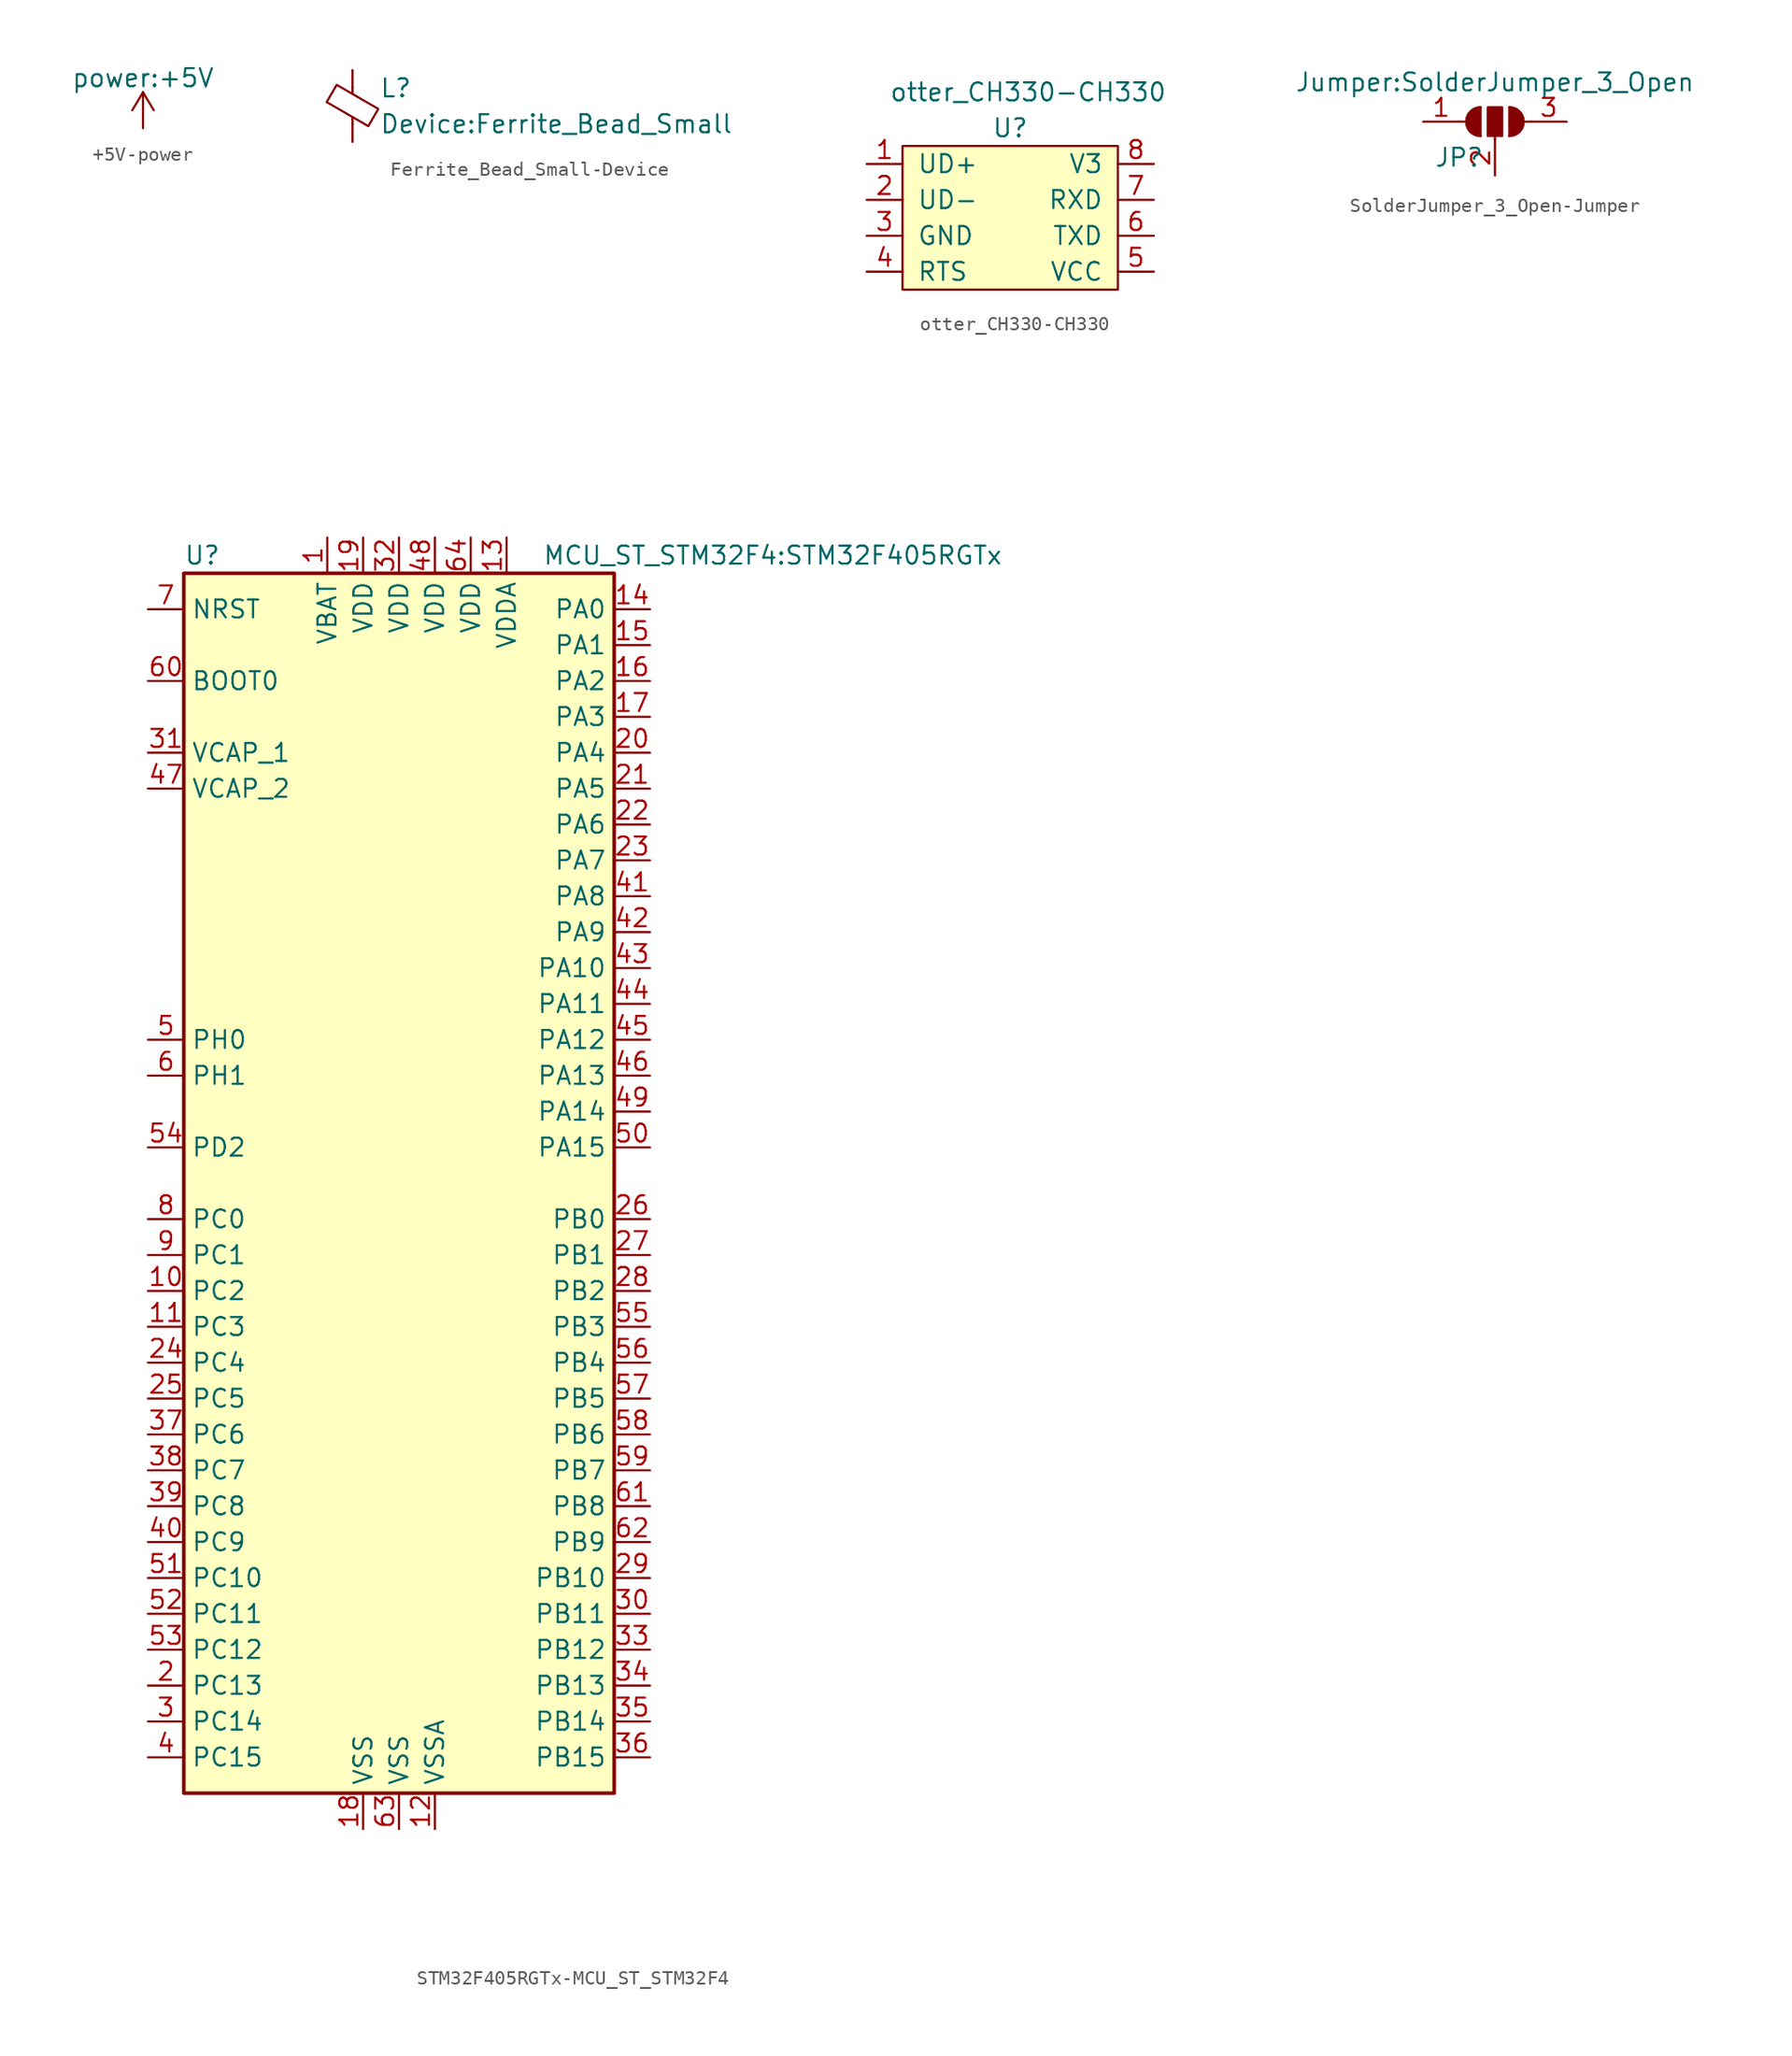
<source format=kicad_sym>
(kicad_symbol_lib
  (version 20231120)
  (generator "kicad_symbol_editor")
  (generator_version "8.0")
  (symbol "+5V-power"
    (power)
    (pin_names
      (offset 0))
    (property "Reference" "#PWR"
      (at 0 -3.81 0)
      (effects (font (size 1.27 1.27)) (hide yes)))
    (property "Value" "power:+5V"
      (at 0 3.556 0)
      (effects (font (size 1.27 1.27))))
    (symbol "+5V-power_0_1"
      (polyline (pts (xy -0.762 1.27) (xy 0 2.54)) (stroke (width 0) (type solid)) (fill (type none)))
      (polyline (pts (xy 0 0) (xy 0 2.54)) (stroke (width 0) (type solid)) (fill (type none)))
      (polyline (pts (xy 0 2.54) (xy 0.762 1.27)) (stroke (width 0) (type solid)) (fill (type none))))
    (symbol "+5V-power_1_1"
      (pin power_in line (at 0 0 90) (length 0) hide (name "+5V" (effects (font (size 1.27 1.27)))) (number "1" (effects (font (size 1.27 1.27)))))))
  (symbol "Ferrite_Bead_Small-Device"
    (pin_numbers hide)
    (pin_names
      (offset 0))
    (property "Reference" "L"
      (at 1.905 1.27 0)
      (effects (font (size 1.27 1.27)) (justify left)))
    (property "Value" "Device:Ferrite_Bead_Small"
      (at 1.905 -1.27 0)
      (effects (font (size 1.27 1.27)) (justify left)))
    (symbol "Ferrite_Bead_Small-Device_0_1"
      (polyline (pts (xy 0 -1.27) (xy 0 -0.787)) (stroke (width 0) (type solid)) (fill (type none)))
      (polyline (pts (xy 0 0.889) (xy 0 1.295)) (stroke (width 0) (type solid)) (fill (type none)))
      (polyline (pts (xy -1.829 0.279) (xy -1.118 1.499) (xy 1.829 -0.203) (xy 1.118 -1.422) (xy -1.829 0.279)) (stroke (width 0) (type solid)) (fill (type none))))
    (symbol "Ferrite_Bead_Small-Device_1_1"
      (pin passive line (at 0 2.54 270) (length 1.27) (name "~" (effects (font (size 1.27 1.27)))) (number "1" (effects (font (size 1.27 1.27)))))
      (pin passive line (at 0 -2.54 90) (length 1.27) (name "~" (effects (font (size 1.27 1.27)))) (number "2" (effects (font (size 1.27 1.27)))))))
  (symbol "otter_CH330-CH330"
    (pin_names
      (offset 1.016))
    (property "Reference" "U"
      (at 0 6.35 0)
      (effects (font (size 1.27 1.27))))
    (property "Value" "otter_CH330-CH330"
      (at 1.27 8.89 0)
      (effects (font (size 1.27 1.27))))
    (symbol "otter_CH330-CH330_0_1"
      (rectangle (start -7.62 5.08) (end 7.62 -5.08) (stroke (width 0) (type solid)) (fill (type background))))
    (symbol "otter_CH330-CH330_1_1"
      (pin bidirectional line (at -10.16 3.81 0) (length 2.54) (name "UD+" (effects (font (size 1.27 1.27)))) (number "1" (effects (font (size 1.27 1.27)))))
      (pin bidirectional line (at -10.16 1.27 0) (length 2.54) (name "UD-" (effects (font (size 1.27 1.27)))) (number "2" (effects (font (size 1.27 1.27)))))
      (pin power_in line (at -10.16 -1.27 0) (length 2.54) (name "GND" (effects (font (size 1.27 1.27)))) (number "3" (effects (font (size 1.27 1.27)))))
      (pin output line (at -10.16 -3.81 0) (length 2.54) (name "RTS" (effects (font (size 1.27 1.27)))) (number "4" (effects (font (size 1.27 1.27)))))
      (pin power_in line (at 10.16 -3.81 180) (length 2.54) (name "VCC" (effects (font (size 1.27 1.27)))) (number "5" (effects (font (size 1.27 1.27)))))
      (pin output line (at 10.16 -1.27 180) (length 2.54) (name "TXD" (effects (font (size 1.27 1.27)))) (number "6" (effects (font (size 1.27 1.27)))))
      (pin input line (at 10.16 1.27 180) (length 2.54) (name "RXD" (effects (font (size 1.27 1.27)))) (number "7" (effects (font (size 1.27 1.27)))))
      (pin power_out line (at 10.16 3.81 180) (length 2.54) (name "V3" (effects (font (size 1.27 1.27)))) (number "8" (effects (font (size 1.27 1.27)))))))
  (symbol "SolderJumper_3_Open-Jumper"
    (pin_names
      (offset 0) hide)
    (property "Reference" "JP"
      (at -2.54 -2.54 0)
      (effects (font (size 1.27 1.27))))
    (property "Value" "Jumper:SolderJumper_3_Open"
      (at 0 2.794 0)
      (effects (font (size 1.27 1.27))))
    (symbol "SolderJumper_3_Open-Jumper_0_1"
      (arc (start -1.016 1.016) (mid -2.032 0) (end -1.016 -1.016) (stroke (width 0) (type solid)) (fill (type none)))
      (arc (start -1.016 1.016) (mid -2.032 0) (end -1.016 -1.016) (stroke (width 0) (type solid)) (fill (type outline)))
      (rectangle (start -0.508 1.016) (end 0.508 -1.016) (stroke (width 0) (type solid)) (fill (type outline)))
      (polyline (pts (xy -2.54 0) (xy -2.032 0)) (stroke (width 0) (type solid)) (fill (type none)))
      (polyline (pts (xy -1.016 1.016) (xy -1.016 -1.016)) (stroke (width 0) (type solid)) (fill (type none)))
      (polyline (pts (xy 0 -1.27) (xy 0 -1.016)) (stroke (width 0) (type solid)) (fill (type none)))
      (polyline (pts (xy 1.016 1.016) (xy 1.016 -1.016)) (stroke (width 0) (type solid)) (fill (type none)))
      (polyline (pts (xy 2.54 0) (xy 2.032 0)) (stroke (width 0) (type solid)) (fill (type none)))
      (arc (start 1.016 -1.016) (mid 2.032 0) (end 1.016 1.016) (stroke (width 0) (type solid)) (fill (type none)))
      (arc (start 1.016 -1.016) (mid 2.032 0) (end 1.016 1.016) (stroke (width 0) (type solid)) (fill (type outline))))
    (symbol "SolderJumper_3_Open-Jumper_1_1"
      (pin passive line (at -5.08 0 0) (length 2.54) (name "A" (effects (font (size 1.27 1.27)))) (number "1" (effects (font (size 1.27 1.27)))))
      (pin input line (at 0 -3.81 90) (length 2.54) (name "C" (effects (font (size 1.27 1.27)))) (number "2" (effects (font (size 1.27 1.27)))))
      (pin passive line (at 5.08 0 180) (length 2.54) (name "B" (effects (font (size 1.27 1.27)))) (number "3" (effects (font (size 1.27 1.27)))))))
  (symbol "STM32F405RGTx-MCU_ST_STM32F4"
    (property "Reference" "U"
      (at -15.24 44.45 0)
      (effects (font (size 1.27 1.27)) (justify left)))
    (property "Value" "MCU_ST_STM32F4:STM32F405RGTx"
      (at 10.16 44.45 0)
      (effects (font (size 1.27 1.27)) (justify left)))
    (symbol "STM32F405RGTx-MCU_ST_STM32F4_0_1"
      (rectangle (start -15.24 -43.18) (end 15.24 43.18) (stroke (width 0.254) (type solid)) (fill (type background))))
    (symbol "STM32F405RGTx-MCU_ST_STM32F4_1_1"
      (pin power_in line (at -5.08 45.72 270) (length 2.54) (name "VBAT" (effects (font (size 1.27 1.27)))) (number "1" (effects (font (size 1.27 1.27)))))
      (pin bidirectional line (at -17.78 -7.62 0) (length 2.54) (name "PC2" (effects (font (size 1.27 1.27)))) (number "10" (effects (font (size 1.27 1.27)))))
      (pin bidirectional line (at -17.78 -10.16 0) (length 2.54) (name "PC3" (effects (font (size 1.27 1.27)))) (number "11" (effects (font (size 1.27 1.27)))))
      (pin power_in line (at 2.54 -45.72 90) (length 2.54) (name "VSSA" (effects (font (size 1.27 1.27)))) (number "12" (effects (font (size 1.27 1.27)))))
      (pin power_in line (at 7.62 45.72 270) (length 2.54) (name "VDDA" (effects (font (size 1.27 1.27)))) (number "13" (effects (font (size 1.27 1.27)))))
      (pin bidirectional line (at 17.78 40.64 180) (length 2.54) (name "PA0" (effects (font (size 1.27 1.27)))) (number "14" (effects (font (size 1.27 1.27)))))
      (pin bidirectional line (at 17.78 38.1 180) (length 2.54) (name "PA1" (effects (font (size 1.27 1.27)))) (number "15" (effects (font (size 1.27 1.27)))))
      (pin bidirectional line (at 17.78 35.56 180) (length 2.54) (name "PA2" (effects (font (size 1.27 1.27)))) (number "16" (effects (font (size 1.27 1.27)))))
      (pin bidirectional line (at 17.78 33.02 180) (length 2.54) (name "PA3" (effects (font (size 1.27 1.27)))) (number "17" (effects (font (size 1.27 1.27)))))
      (pin power_in line (at -2.54 -45.72 90) (length 2.54) (name "VSS" (effects (font (size 1.27 1.27)))) (number "18" (effects (font (size 1.27 1.27)))))
      (pin power_in line (at -2.54 45.72 270) (length 2.54) (name "VDD" (effects (font (size 1.27 1.27)))) (number "19" (effects (font (size 1.27 1.27)))))
      (pin bidirectional line (at -17.78 -35.56 0) (length 2.54) (name "PC13" (effects (font (size 1.27 1.27)))) (number "2" (effects (font (size 1.27 1.27)))))
      (pin bidirectional line (at 17.78 30.48 180) (length 2.54) (name "PA4" (effects (font (size 1.27 1.27)))) (number "20" (effects (font (size 1.27 1.27)))))
      (pin bidirectional line (at 17.78 27.94 180) (length 2.54) (name "PA5" (effects (font (size 1.27 1.27)))) (number "21" (effects (font (size 1.27 1.27)))))
      (pin bidirectional line (at 17.78 25.4 180) (length 2.54) (name "PA6" (effects (font (size 1.27 1.27)))) (number "22" (effects (font (size 1.27 1.27)))))
      (pin bidirectional line (at 17.78 22.86 180) (length 2.54) (name "PA7" (effects (font (size 1.27 1.27)))) (number "23" (effects (font (size 1.27 1.27)))))
      (pin bidirectional line (at -17.78 -12.7 0) (length 2.54) (name "PC4" (effects (font (size 1.27 1.27)))) (number "24" (effects (font (size 1.27 1.27)))))
      (pin bidirectional line (at -17.78 -15.24 0) (length 2.54) (name "PC5" (effects (font (size 1.27 1.27)))) (number "25" (effects (font (size 1.27 1.27)))))
      (pin bidirectional line (at 17.78 -2.54 180) (length 2.54) (name "PB0" (effects (font (size 1.27 1.27)))) (number "26" (effects (font (size 1.27 1.27)))))
      (pin bidirectional line (at 17.78 -5.08 180) (length 2.54) (name "PB1" (effects (font (size 1.27 1.27)))) (number "27" (effects (font (size 1.27 1.27)))))
      (pin bidirectional line (at 17.78 -7.62 180) (length 2.54) (name "PB2" (effects (font (size 1.27 1.27)))) (number "28" (effects (font (size 1.27 1.27)))))
      (pin bidirectional line (at 17.78 -27.94 180) (length 2.54) (name "PB10" (effects (font (size 1.27 1.27)))) (number "29" (effects (font (size 1.27 1.27)))))
      (pin bidirectional line (at -17.78 -38.1 0) (length 2.54) (name "PC14" (effects (font (size 1.27 1.27)))) (number "3" (effects (font (size 1.27 1.27)))))
      (pin bidirectional line (at 17.78 -30.48 180) (length 2.54) (name "PB11" (effects (font (size 1.27 1.27)))) (number "30" (effects (font (size 1.27 1.27)))))
      (pin power_in line (at -17.78 30.48 0) (length 2.54) (name "VCAP_1" (effects (font (size 1.27 1.27)))) (number "31" (effects (font (size 1.27 1.27)))))
      (pin power_in line (at 0 45.72 270) (length 2.54) (name "VDD" (effects (font (size 1.27 1.27)))) (number "32" (effects (font (size 1.27 1.27)))))
      (pin bidirectional line (at 17.78 -33.02 180) (length 2.54) (name "PB12" (effects (font (size 1.27 1.27)))) (number "33" (effects (font (size 1.27 1.27)))))
      (pin bidirectional line (at 17.78 -35.56 180) (length 2.54) (name "PB13" (effects (font (size 1.27 1.27)))) (number "34" (effects (font (size 1.27 1.27)))))
      (pin bidirectional line (at 17.78 -38.1 180) (length 2.54) (name "PB14" (effects (font (size 1.27 1.27)))) (number "35" (effects (font (size 1.27 1.27)))))
      (pin bidirectional line (at 17.78 -40.64 180) (length 2.54) (name "PB15" (effects (font (size 1.27 1.27)))) (number "36" (effects (font (size 1.27 1.27)))))
      (pin bidirectional line (at -17.78 -17.78 0) (length 2.54) (name "PC6" (effects (font (size 1.27 1.27)))) (number "37" (effects (font (size 1.27 1.27)))))
      (pin bidirectional line (at -17.78 -20.32 0) (length 2.54) (name "PC7" (effects (font (size 1.27 1.27)))) (number "38" (effects (font (size 1.27 1.27)))))
      (pin bidirectional line (at -17.78 -22.86 0) (length 2.54) (name "PC8" (effects (font (size 1.27 1.27)))) (number "39" (effects (font (size 1.27 1.27)))))
      (pin bidirectional line (at -17.78 -40.64 0) (length 2.54) (name "PC15" (effects (font (size 1.27 1.27)))) (number "4" (effects (font (size 1.27 1.27)))))
      (pin bidirectional line (at -17.78 -25.4 0) (length 2.54) (name "PC9" (effects (font (size 1.27 1.27)))) (number "40" (effects (font (size 1.27 1.27)))))
      (pin bidirectional line (at 17.78 20.32 180) (length 2.54) (name "PA8" (effects (font (size 1.27 1.27)))) (number "41" (effects (font (size 1.27 1.27)))))
      (pin bidirectional line (at 17.78 17.78 180) (length 2.54) (name "PA9" (effects (font (size 1.27 1.27)))) (number "42" (effects (font (size 1.27 1.27)))))
      (pin bidirectional line (at 17.78 15.24 180) (length 2.54) (name "PA10" (effects (font (size 1.27 1.27)))) (number "43" (effects (font (size 1.27 1.27)))))
      (pin bidirectional line (at 17.78 12.7 180) (length 2.54) (name "PA11" (effects (font (size 1.27 1.27)))) (number "44" (effects (font (size 1.27 1.27)))))
      (pin bidirectional line (at 17.78 10.16 180) (length 2.54) (name "PA12" (effects (font (size 1.27 1.27)))) (number "45" (effects (font (size 1.27 1.27)))))
      (pin bidirectional line (at 17.78 7.62 180) (length 2.54) (name "PA13" (effects (font (size 1.27 1.27)))) (number "46" (effects (font (size 1.27 1.27)))))
      (pin power_in line (at -17.78 27.94 0) (length 2.54) (name "VCAP_2" (effects (font (size 1.27 1.27)))) (number "47" (effects (font (size 1.27 1.27)))))
      (pin power_in line (at 2.54 45.72 270) (length 2.54) (name "VDD" (effects (font (size 1.27 1.27)))) (number "48" (effects (font (size 1.27 1.27)))))
      (pin bidirectional line (at 17.78 5.08 180) (length 2.54) (name "PA14" (effects (font (size 1.27 1.27)))) (number "49" (effects (font (size 1.27 1.27)))))
      (pin input line (at -17.78 10.16 0) (length 2.54) (name "PH0" (effects (font (size 1.27 1.27)))) (number "5" (effects (font (size 1.27 1.27)))))
      (pin bidirectional line (at 17.78 2.54 180) (length 2.54) (name "PA15" (effects (font (size 1.27 1.27)))) (number "50" (effects (font (size 1.27 1.27)))))
      (pin bidirectional line (at -17.78 -27.94 0) (length 2.54) (name "PC10" (effects (font (size 1.27 1.27)))) (number "51" (effects (font (size 1.27 1.27)))))
      (pin bidirectional line (at -17.78 -30.48 0) (length 2.54) (name "PC11" (effects (font (size 1.27 1.27)))) (number "52" (effects (font (size 1.27 1.27)))))
      (pin bidirectional line (at -17.78 -33.02 0) (length 2.54) (name "PC12" (effects (font (size 1.27 1.27)))) (number "53" (effects (font (size 1.27 1.27)))))
      (pin bidirectional line (at -17.78 2.54 0) (length 2.54) (name "PD2" (effects (font (size 1.27 1.27)))) (number "54" (effects (font (size 1.27 1.27)))))
      (pin bidirectional line (at 17.78 -10.16 180) (length 2.54) (name "PB3" (effects (font (size 1.27 1.27)))) (number "55" (effects (font (size 1.27 1.27)))))
      (pin bidirectional line (at 17.78 -12.7 180) (length 2.54) (name "PB4" (effects (font (size 1.27 1.27)))) (number "56" (effects (font (size 1.27 1.27)))))
      (pin bidirectional line (at 17.78 -15.24 180) (length 2.54) (name "PB5" (effects (font (size 1.27 1.27)))) (number "57" (effects (font (size 1.27 1.27)))))
      (pin bidirectional line (at 17.78 -17.78 180) (length 2.54) (name "PB6" (effects (font (size 1.27 1.27)))) (number "58" (effects (font (size 1.27 1.27)))))
      (pin bidirectional line (at 17.78 -20.32 180) (length 2.54) (name "PB7" (effects (font (size 1.27 1.27)))) (number "59" (effects (font (size 1.27 1.27)))))
      (pin input line (at -17.78 7.62 0) (length 2.54) (name "PH1" (effects (font (size 1.27 1.27)))) (number "6" (effects (font (size 1.27 1.27)))))
      (pin input line (at -17.78 35.56 0) (length 2.54) (name "BOOT0" (effects (font (size 1.27 1.27)))) (number "60" (effects (font (size 1.27 1.27)))))
      (pin bidirectional line (at 17.78 -22.86 180) (length 2.54) (name "PB8" (effects (font (size 1.27 1.27)))) (number "61" (effects (font (size 1.27 1.27)))))
      (pin bidirectional line (at 17.78 -25.4 180) (length 2.54) (name "PB9" (effects (font (size 1.27 1.27)))) (number "62" (effects (font (size 1.27 1.27)))))
      (pin power_in line (at 0 -45.72 90) (length 2.54) (name "VSS" (effects (font (size 1.27 1.27)))) (number "63" (effects (font (size 1.27 1.27)))))
      (pin power_in line (at 5.08 45.72 270) (length 2.54) (name "VDD" (effects (font (size 1.27 1.27)))) (number "64" (effects (font (size 1.27 1.27)))))
      (pin input line (at -17.78 40.64 0) (length 2.54) (name "NRST" (effects (font (size 1.27 1.27)))) (number "7" (effects (font (size 1.27 1.27)))))
      (pin bidirectional line (at -17.78 -2.54 0) (length 2.54) (name "PC0" (effects (font (size 1.27 1.27)))) (number "8" (effects (font (size 1.27 1.27)))))
      (pin bidirectional line (at -17.78 -5.08 0) (length 2.54) (name "PC1" (effects (font (size 1.27 1.27)))) (number "9" (effects (font (size 1.27 1.27))))))))
</source>
